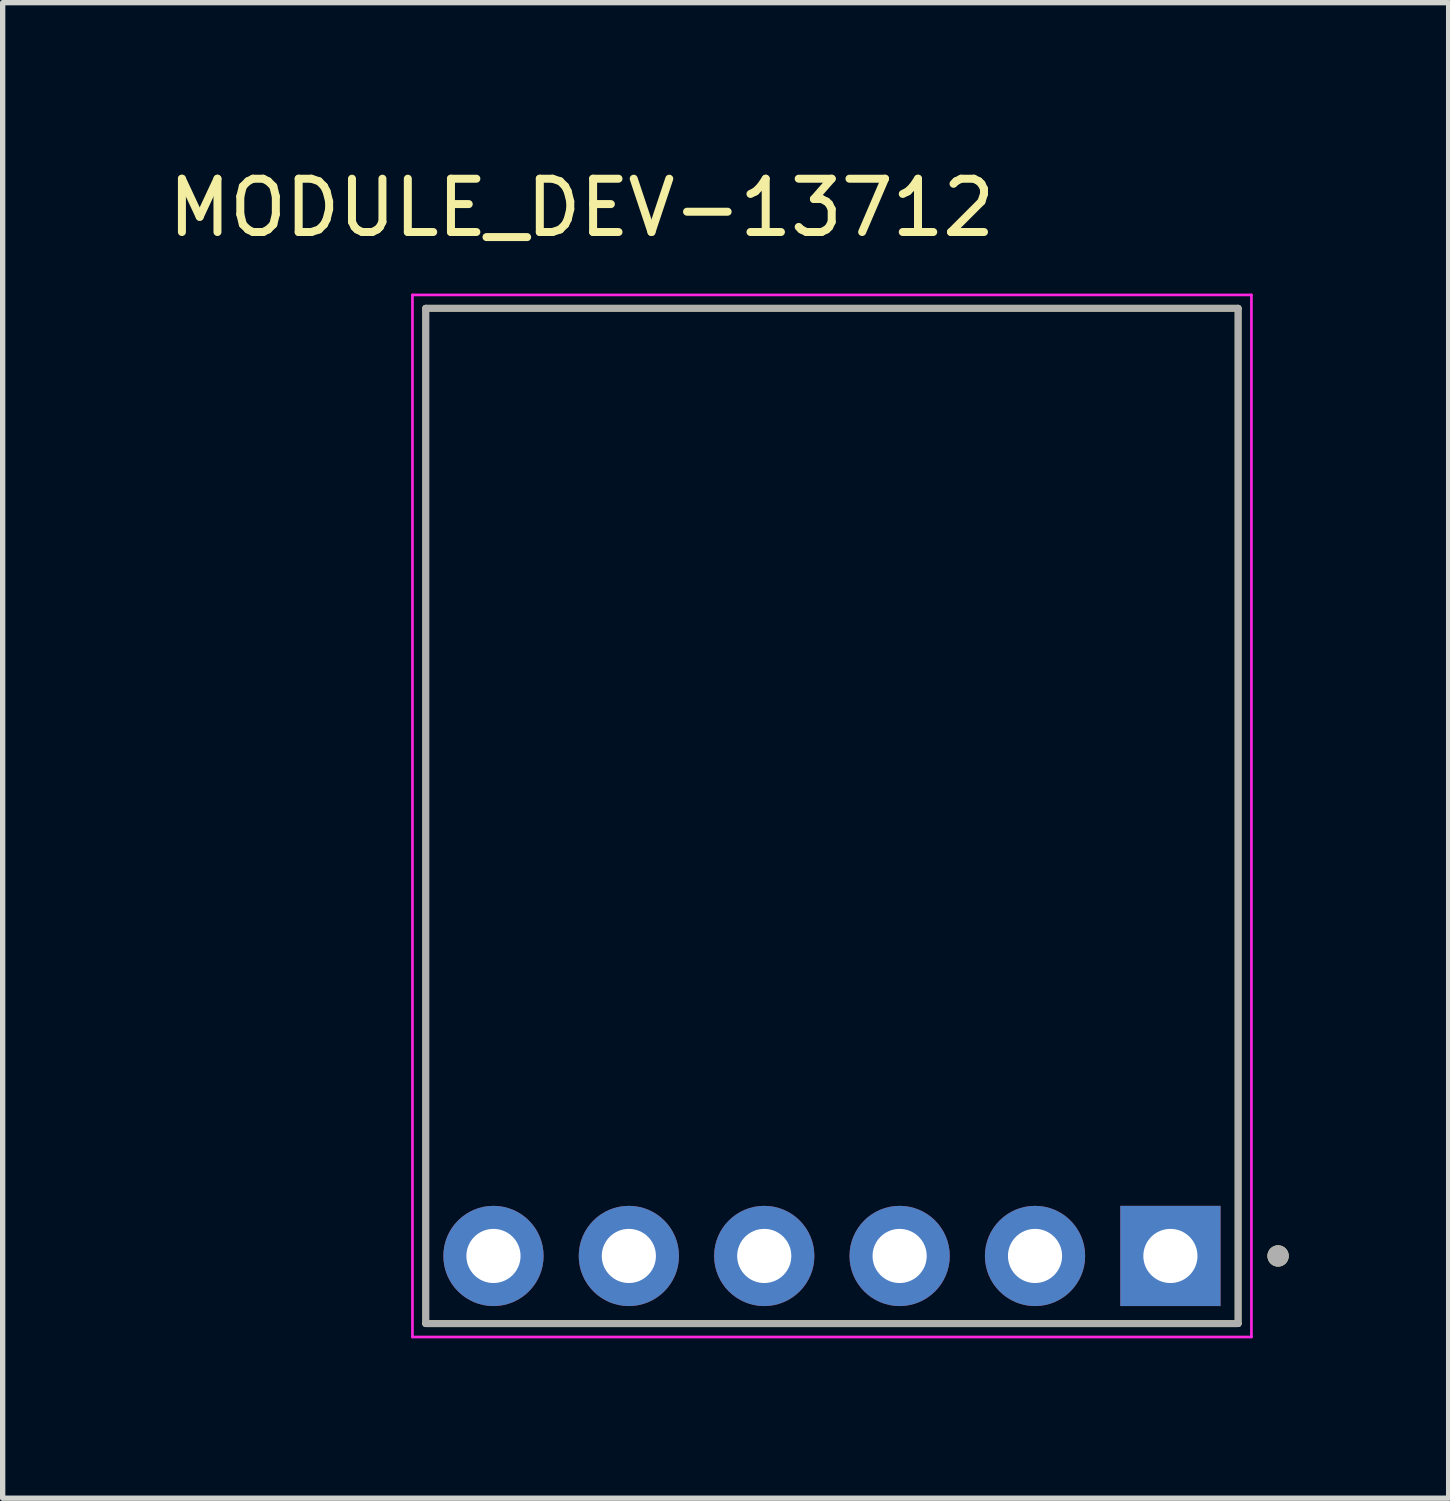
<source format=kicad_pcb>
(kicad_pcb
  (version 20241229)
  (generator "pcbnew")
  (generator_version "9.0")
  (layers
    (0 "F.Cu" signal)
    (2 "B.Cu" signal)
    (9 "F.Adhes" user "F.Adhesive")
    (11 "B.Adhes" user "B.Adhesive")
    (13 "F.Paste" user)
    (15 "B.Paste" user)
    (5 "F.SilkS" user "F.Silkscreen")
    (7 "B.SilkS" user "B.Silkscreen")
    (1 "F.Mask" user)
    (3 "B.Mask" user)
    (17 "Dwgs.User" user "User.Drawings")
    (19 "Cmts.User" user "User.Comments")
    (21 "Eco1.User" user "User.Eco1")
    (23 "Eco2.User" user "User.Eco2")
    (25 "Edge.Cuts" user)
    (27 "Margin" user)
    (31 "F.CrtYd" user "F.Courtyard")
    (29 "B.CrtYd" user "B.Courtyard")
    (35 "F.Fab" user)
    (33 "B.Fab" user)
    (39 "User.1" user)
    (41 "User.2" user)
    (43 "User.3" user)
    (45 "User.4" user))
  (footprint "MODULE_DEV-13712"
    (layer "F.Cu")
    (at 12.558 12.258)
    (property "Reference" "MODULE_DEV-13712" (at -4.695 -11.41 0) (layer "F.SilkS") (effects (font (size 1 1) (thickness 0.15))))
    (attr through_hole)
    (fp_line (start -7.62 -9.525) (end 7.62 -9.525) (stroke (width 0.127) (type solid)) (layer "F.SilkS"))
    (fp_line (start -7.62 9.525) (end -7.62 -9.525) (stroke (width 0.127) (type solid)) (layer "F.SilkS"))
    (fp_line (start 7.62 -9.525) (end 7.62 9.525) (stroke (width 0.127) (type solid)) (layer "F.SilkS"))
    (fp_line (start 7.62 9.525) (end -7.62 9.525) (stroke (width 0.127) (type solid)) (layer "F.SilkS"))
    (fp_circle (center 8.37 8.255) (end 8.47 8.255) (stroke (width 0.2) (type solid)) (fill no) (layer "F.SilkS"))
    (fp_line (start -7.87 -9.775) (end -7.87 9.775) (stroke (width 0.05) (type solid)) (layer "F.CrtYd"))
    (fp_line (start -7.87 9.775) (end 7.87 9.775) (stroke (width 0.05) (type solid)) (layer "F.CrtYd"))
    (fp_line (start 7.87 -9.775) (end -7.87 -9.775) (stroke (width 0.05) (type solid)) (layer "F.CrtYd"))
    (fp_line (start 7.87 9.775) (end 7.87 -9.775) (stroke (width 0.05) (type solid)) (layer "F.CrtYd"))
    (fp_line (start -7.62 -9.525) (end 7.62 -9.525) (stroke (width 0.127) (type solid)) (layer "F.Fab"))
    (fp_line (start -7.62 9.525) (end -7.62 -9.525) (stroke (width 0.127) (type solid)) (layer "F.Fab"))
    (fp_line (start 7.62 -9.525) (end 7.62 9.525) (stroke (width 0.127) (type solid)) (layer "F.Fab"))
    (fp_line (start 7.62 9.525) (end -7.62 9.525) (stroke (width 0.127) (type solid)) (layer "F.Fab"))
    (fp_circle (center 8.37 8.255) (end 8.47 8.255) (stroke (width 0.2) (type solid)) (fill no) (layer "F.Fab"))
    (pad "1" thru_hole rect (at 6.35 8.255) (size 1.88 1.88) (drill 1.016) (layers "*.Cu" "*.Mask"))
    (pad "2" thru_hole circle (at 3.81 8.255) (size 1.88 1.88) (drill 1.016) (layers "*.Cu" "*.Mask"))
    (pad "3" thru_hole circle (at 1.27 8.255) (size 1.88 1.88) (drill 1.016) (layers "*.Cu" "*.Mask"))
    (pad "4" thru_hole circle (at -1.27 8.255) (size 1.88 1.88) (drill 1.016) (layers "*.Cu" "*.Mask"))
    (pad "5" thru_hole circle (at -3.81 8.255) (size 1.88 1.88) (drill 1.016) (layers "*.Cu" "*.Mask"))
    (pad "6" thru_hole circle (at -6.35 8.255) (size 1.88 1.88) (drill 1.016) (layers "*.Cu" "*.Mask")))
  (gr_rect
    (start -3 -3)
    (end 24.128 25.058)
    (stroke (width 0.1) (type default))
    (fill no)
    (layer "Edge.Cuts")))
</source>
